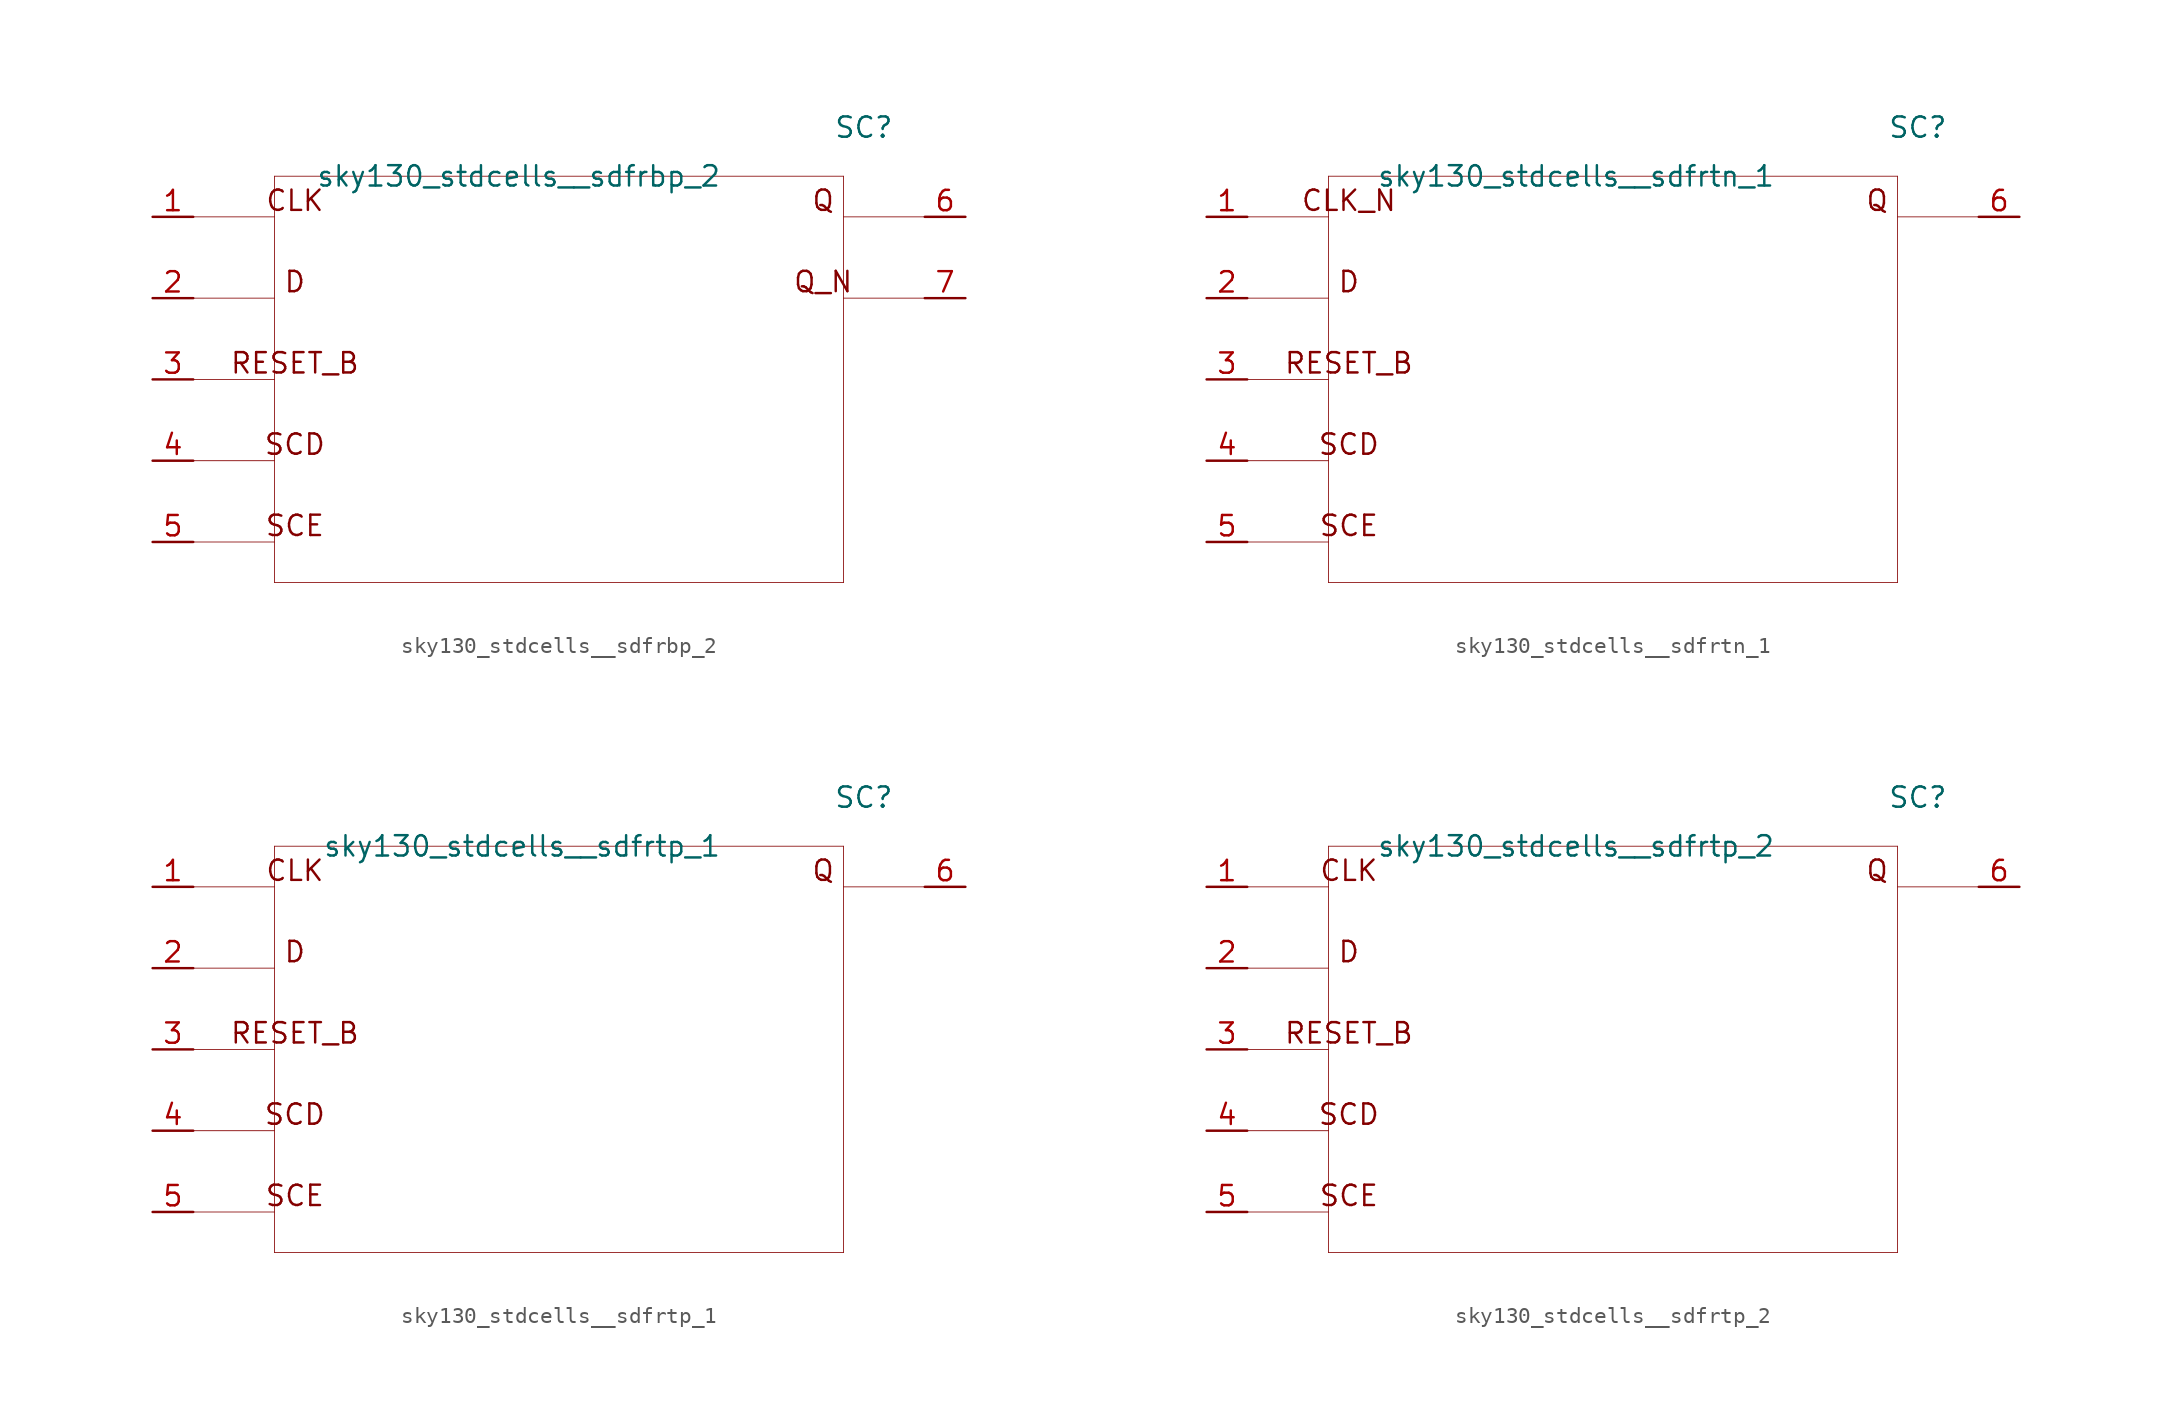
<source format=kicad_sym>
(kicad_symbol_lib
  (version 20211014)
  (generator kicad_symbol_editor)
  (symbol "sky130_stdcells__sdfrbp_2"
    (pin_names hide)
    (property "Reference" "SC"
      (at 19.05 15.748 0)
      (effects (font (size 1.27 1.27))))
    (property "Value" "sky130_stdcells__sdfrbp_2"
      (at 10.16 12.7 0)
      (effects (font (size 1.27 1.27)) (justify right)))
    (symbol "sky130_stdcells__sdfrbp_2_0_0"
      (polyline (pts (xy -22.86 -10.16) (xy -17.78 -10.16)) (stroke (width 0.051) (type default) (color 0 0 0 0)) (fill (type none)))
      (polyline (pts (xy -22.86 -5.08) (xy -17.78 -5.08)) (stroke (width 0.051) (type default) (color 0 0 0 0)) (fill (type none)))
      (polyline (pts (xy -22.86 0) (xy -17.78 0)) (stroke (width 0.051) (type default) (color 0 0 0 0)) (fill (type none)))
      (polyline (pts (xy -22.86 5.08) (xy -17.78 5.08)) (stroke (width 0.051) (type default) (color 0 0 0 0)) (fill (type none)))
      (polyline (pts (xy -22.86 10.16) (xy -17.78 10.16)) (stroke (width 0.051) (type default) (color 0 0 0 0)) (fill (type none)))
      (polyline (pts (xy -17.78 -12.7) (xy 17.78 -12.7)) (stroke (width 0.051) (type default) (color 0 0 0 0)) (fill (type none)))
      (polyline (pts (xy -17.78 12.7) (xy -17.78 -12.7)) (stroke (width 0.051) (type default) (color 0 0 0 0)) (fill (type none)))
      (polyline (pts (xy -17.78 12.7) (xy 17.78 12.7)) (stroke (width 0.051) (type default) (color 0 0 0 0)) (fill (type none)))
      (polyline (pts (xy 17.78 5.08) (xy 22.86 5.08)) (stroke (width 0.051) (type default) (color 0 0 0 0)) (fill (type none)))
      (polyline (pts (xy 17.78 10.16) (xy 22.86 10.16)) (stroke (width 0.051) (type default) (color 0 0 0 0)) (fill (type none)))
      (polyline (pts (xy 17.78 12.7) (xy 17.78 -12.7)) (stroke (width 0.051) (type default) (color 0 0 0 0)) (fill (type none)))
      (text "CLK" (at -16.51 11.176 0) (effects (font (size 1.27 1.27))))
      (text "D" (at -16.51 6.096 0) (effects (font (size 1.27 1.27))))
      (text "Q" (at 16.51 11.176 0) (effects (font (size 1.27 1.27))))
      (text "Q_N" (at 16.51 6.096 0) (effects (font (size 1.27 1.27))))
      (text "RESET_B" (at -16.51 1.016 0) (effects (font (size 1.27 1.27))))
      (text "SCD" (at -16.51 -4.064 0) (effects (font (size 1.27 1.27))))
      (text "SCE" (at -16.51 -9.144 0) (effects (font (size 1.27 1.27)))))
    (symbol "sky130_stdcells__sdfrbp_2_1_1"
      (pin input line (at -25.4 10.16 0) (length 2.54) (name "CLK" (effects (font (size 1.092 1.092)))) (number "1" (effects (font (size 1.27 1.27)))))
      (pin input line (at -25.4 5.08 0) (length 2.54) (name "D" (effects (font (size 1.092 1.092)))) (number "2" (effects (font (size 1.27 1.27)))))
      (pin input line (at -25.4 0 0) (length 2.54) (name "RESET_B" (effects (font (size 1.092 1.092)))) (number "3" (effects (font (size 1.27 1.27)))))
      (pin input line (at -25.4 -5.08 0) (length 2.54) (name "SCD" (effects (font (size 1.092 1.092)))) (number "4" (effects (font (size 1.27 1.27)))))
      (pin input line (at -25.4 -10.16 0) (length 2.54) (name "SCE" (effects (font (size 1.092 1.092)))) (number "5" (effects (font (size 1.27 1.27)))))
      (pin output line (at 25.4 10.16 180) (length 2.54) (name "Q" (effects (font (size 1.092 1.092)))) (number "6" (effects (font (size 1.27 1.27)))))
      (pin output line (at 25.4 5.08 180) (length 2.54) (name "Q_N" (effects (font (size 1.092 1.092)))) (number "7" (effects (font (size 1.27 1.27)))))))
  (symbol "sky130_stdcells__sdfrtn_1"
    (pin_names hide)
    (property "Reference" "SC"
      (at 19.05 15.748 0)
      (effects (font (size 1.27 1.27))))
    (property "Value" "sky130_stdcells__sdfrtn_1"
      (at 10.16 12.7 0)
      (effects (font (size 1.27 1.27)) (justify right)))
    (symbol "sky130_stdcells__sdfrtn_1_0_0"
      (polyline (pts (xy -22.86 -10.16) (xy -17.78 -10.16)) (stroke (width 0.051) (type default) (color 0 0 0 0)) (fill (type none)))
      (polyline (pts (xy -22.86 -5.08) (xy -17.78 -5.08)) (stroke (width 0.051) (type default) (color 0 0 0 0)) (fill (type none)))
      (polyline (pts (xy -22.86 0) (xy -17.78 0)) (stroke (width 0.051) (type default) (color 0 0 0 0)) (fill (type none)))
      (polyline (pts (xy -22.86 5.08) (xy -17.78 5.08)) (stroke (width 0.051) (type default) (color 0 0 0 0)) (fill (type none)))
      (polyline (pts (xy -22.86 10.16) (xy -17.78 10.16)) (stroke (width 0.051) (type default) (color 0 0 0 0)) (fill (type none)))
      (polyline (pts (xy -17.78 -12.7) (xy 17.78 -12.7)) (stroke (width 0.051) (type default) (color 0 0 0 0)) (fill (type none)))
      (polyline (pts (xy -17.78 12.7) (xy -17.78 -12.7)) (stroke (width 0.051) (type default) (color 0 0 0 0)) (fill (type none)))
      (polyline (pts (xy -17.78 12.7) (xy 17.78 12.7)) (stroke (width 0.051) (type default) (color 0 0 0 0)) (fill (type none)))
      (polyline (pts (xy 17.78 10.16) (xy 22.86 10.16)) (stroke (width 0.051) (type default) (color 0 0 0 0)) (fill (type none)))
      (polyline (pts (xy 17.78 12.7) (xy 17.78 -12.7)) (stroke (width 0.051) (type default) (color 0 0 0 0)) (fill (type none)))
      (text "CLK_N" (at -16.51 11.176 0) (effects (font (size 1.27 1.27))))
      (text "D" (at -16.51 6.096 0) (effects (font (size 1.27 1.27))))
      (text "Q" (at 16.51 11.176 0) (effects (font (size 1.27 1.27))))
      (text "RESET_B" (at -16.51 1.016 0) (effects (font (size 1.27 1.27))))
      (text "SCD" (at -16.51 -4.064 0) (effects (font (size 1.27 1.27))))
      (text "SCE" (at -16.51 -9.144 0) (effects (font (size 1.27 1.27)))))
    (symbol "sky130_stdcells__sdfrtn_1_1_1"
      (pin input line (at -25.4 10.16 0) (length 2.54) (name "CLK_N" (effects (font (size 1.092 1.092)))) (number "1" (effects (font (size 1.27 1.27)))))
      (pin input line (at -25.4 5.08 0) (length 2.54) (name "D" (effects (font (size 1.092 1.092)))) (number "2" (effects (font (size 1.27 1.27)))))
      (pin input line (at -25.4 0 0) (length 2.54) (name "RESET_B" (effects (font (size 1.092 1.092)))) (number "3" (effects (font (size 1.27 1.27)))))
      (pin input line (at -25.4 -5.08 0) (length 2.54) (name "SCD" (effects (font (size 1.092 1.092)))) (number "4" (effects (font (size 1.27 1.27)))))
      (pin input line (at -25.4 -10.16 0) (length 2.54) (name "SCE" (effects (font (size 1.092 1.092)))) (number "5" (effects (font (size 1.27 1.27)))))
      (pin output line (at 25.4 10.16 180) (length 2.54) (name "Q" (effects (font (size 1.092 1.092)))) (number "6" (effects (font (size 1.27 1.27)))))))
  (symbol "sky130_stdcells__sdfrtp_1"
    (pin_names hide)
    (property "Reference" "SC"
      (at 19.05 15.748 0)
      (effects (font (size 1.27 1.27))))
    (property "Value" "sky130_stdcells__sdfrtp_1"
      (at 10.16 12.7 0)
      (effects (font (size 1.27 1.27)) (justify right)))
    (symbol "sky130_stdcells__sdfrtp_1_0_0"
      (polyline (pts (xy -22.86 -10.16) (xy -17.78 -10.16)) (stroke (width 0.051) (type default) (color 0 0 0 0)) (fill (type none)))
      (polyline (pts (xy -22.86 -5.08) (xy -17.78 -5.08)) (stroke (width 0.051) (type default) (color 0 0 0 0)) (fill (type none)))
      (polyline (pts (xy -22.86 0) (xy -17.78 0)) (stroke (width 0.051) (type default) (color 0 0 0 0)) (fill (type none)))
      (polyline (pts (xy -22.86 5.08) (xy -17.78 5.08)) (stroke (width 0.051) (type default) (color 0 0 0 0)) (fill (type none)))
      (polyline (pts (xy -22.86 10.16) (xy -17.78 10.16)) (stroke (width 0.051) (type default) (color 0 0 0 0)) (fill (type none)))
      (polyline (pts (xy -17.78 -12.7) (xy 17.78 -12.7)) (stroke (width 0.051) (type default) (color 0 0 0 0)) (fill (type none)))
      (polyline (pts (xy -17.78 12.7) (xy -17.78 -12.7)) (stroke (width 0.051) (type default) (color 0 0 0 0)) (fill (type none)))
      (polyline (pts (xy -17.78 12.7) (xy 17.78 12.7)) (stroke (width 0.051) (type default) (color 0 0 0 0)) (fill (type none)))
      (polyline (pts (xy 17.78 10.16) (xy 22.86 10.16)) (stroke (width 0.051) (type default) (color 0 0 0 0)) (fill (type none)))
      (polyline (pts (xy 17.78 12.7) (xy 17.78 -12.7)) (stroke (width 0.051) (type default) (color 0 0 0 0)) (fill (type none)))
      (text "CLK" (at -16.51 11.176 0) (effects (font (size 1.27 1.27))))
      (text "D" (at -16.51 6.096 0) (effects (font (size 1.27 1.27))))
      (text "Q" (at 16.51 11.176 0) (effects (font (size 1.27 1.27))))
      (text "RESET_B" (at -16.51 1.016 0) (effects (font (size 1.27 1.27))))
      (text "SCD" (at -16.51 -4.064 0) (effects (font (size 1.27 1.27))))
      (text "SCE" (at -16.51 -9.144 0) (effects (font (size 1.27 1.27)))))
    (symbol "sky130_stdcells__sdfrtp_1_1_1"
      (pin input line (at -25.4 10.16 0) (length 2.54) (name "CLK" (effects (font (size 1.092 1.092)))) (number "1" (effects (font (size 1.27 1.27)))))
      (pin input line (at -25.4 5.08 0) (length 2.54) (name "D" (effects (font (size 1.092 1.092)))) (number "2" (effects (font (size 1.27 1.27)))))
      (pin input line (at -25.4 0 0) (length 2.54) (name "RESET_B" (effects (font (size 1.092 1.092)))) (number "3" (effects (font (size 1.27 1.27)))))
      (pin input line (at -25.4 -5.08 0) (length 2.54) (name "SCD" (effects (font (size 1.092 1.092)))) (number "4" (effects (font (size 1.27 1.27)))))
      (pin input line (at -25.4 -10.16 0) (length 2.54) (name "SCE" (effects (font (size 1.092 1.092)))) (number "5" (effects (font (size 1.27 1.27)))))
      (pin output line (at 25.4 10.16 180) (length 2.54) (name "Q" (effects (font (size 1.092 1.092)))) (number "6" (effects (font (size 1.27 1.27)))))))
  (symbol "sky130_stdcells__sdfrtp_2"
    (pin_names hide)
    (property "Reference" "SC"
      (at 19.05 15.748 0)
      (effects (font (size 1.27 1.27))))
    (property "Value" "sky130_stdcells__sdfrtp_2"
      (at 10.16 12.7 0)
      (effects (font (size 1.27 1.27)) (justify right)))
    (symbol "sky130_stdcells__sdfrtp_2_0_0"
      (polyline (pts (xy -22.86 -10.16) (xy -17.78 -10.16)) (stroke (width 0.051) (type default) (color 0 0 0 0)) (fill (type none)))
      (polyline (pts (xy -22.86 -5.08) (xy -17.78 -5.08)) (stroke (width 0.051) (type default) (color 0 0 0 0)) (fill (type none)))
      (polyline (pts (xy -22.86 0) (xy -17.78 0)) (stroke (width 0.051) (type default) (color 0 0 0 0)) (fill (type none)))
      (polyline (pts (xy -22.86 5.08) (xy -17.78 5.08)) (stroke (width 0.051) (type default) (color 0 0 0 0)) (fill (type none)))
      (polyline (pts (xy -22.86 10.16) (xy -17.78 10.16)) (stroke (width 0.051) (type default) (color 0 0 0 0)) (fill (type none)))
      (polyline (pts (xy -17.78 -12.7) (xy 17.78 -12.7)) (stroke (width 0.051) (type default) (color 0 0 0 0)) (fill (type none)))
      (polyline (pts (xy -17.78 12.7) (xy -17.78 -12.7)) (stroke (width 0.051) (type default) (color 0 0 0 0)) (fill (type none)))
      (polyline (pts (xy -17.78 12.7) (xy 17.78 12.7)) (stroke (width 0.051) (type default) (color 0 0 0 0)) (fill (type none)))
      (polyline (pts (xy 17.78 10.16) (xy 22.86 10.16)) (stroke (width 0.051) (type default) (color 0 0 0 0)) (fill (type none)))
      (polyline (pts (xy 17.78 12.7) (xy 17.78 -12.7)) (stroke (width 0.051) (type default) (color 0 0 0 0)) (fill (type none)))
      (text "CLK" (at -16.51 11.176 0) (effects (font (size 1.27 1.27))))
      (text "D" (at -16.51 6.096 0) (effects (font (size 1.27 1.27))))
      (text "Q" (at 16.51 11.176 0) (effects (font (size 1.27 1.27))))
      (text "RESET_B" (at -16.51 1.016 0) (effects (font (size 1.27 1.27))))
      (text "SCD" (at -16.51 -4.064 0) (effects (font (size 1.27 1.27))))
      (text "SCE" (at -16.51 -9.144 0) (effects (font (size 1.27 1.27)))))
    (symbol "sky130_stdcells__sdfrtp_2_1_1"
      (pin input line (at -25.4 10.16 0) (length 2.54) (name "CLK" (effects (font (size 1.092 1.092)))) (number "1" (effects (font (size 1.27 1.27)))))
      (pin input line (at -25.4 5.08 0) (length 2.54) (name "D" (effects (font (size 1.092 1.092)))) (number "2" (effects (font (size 1.27 1.27)))))
      (pin input line (at -25.4 0 0) (length 2.54) (name "RESET_B" (effects (font (size 1.092 1.092)))) (number "3" (effects (font (size 1.27 1.27)))))
      (pin input line (at -25.4 -5.08 0) (length 2.54) (name "SCD" (effects (font (size 1.092 1.092)))) (number "4" (effects (font (size 1.27 1.27)))))
      (pin input line (at -25.4 -10.16 0) (length 2.54) (name "SCE" (effects (font (size 1.092 1.092)))) (number "5" (effects (font (size 1.27 1.27)))))
      (pin output line (at 25.4 10.16 180) (length 2.54) (name "Q" (effects (font (size 1.092 1.092)))) (number "6" (effects (font (size 1.27 1.27))))))))
</source>
